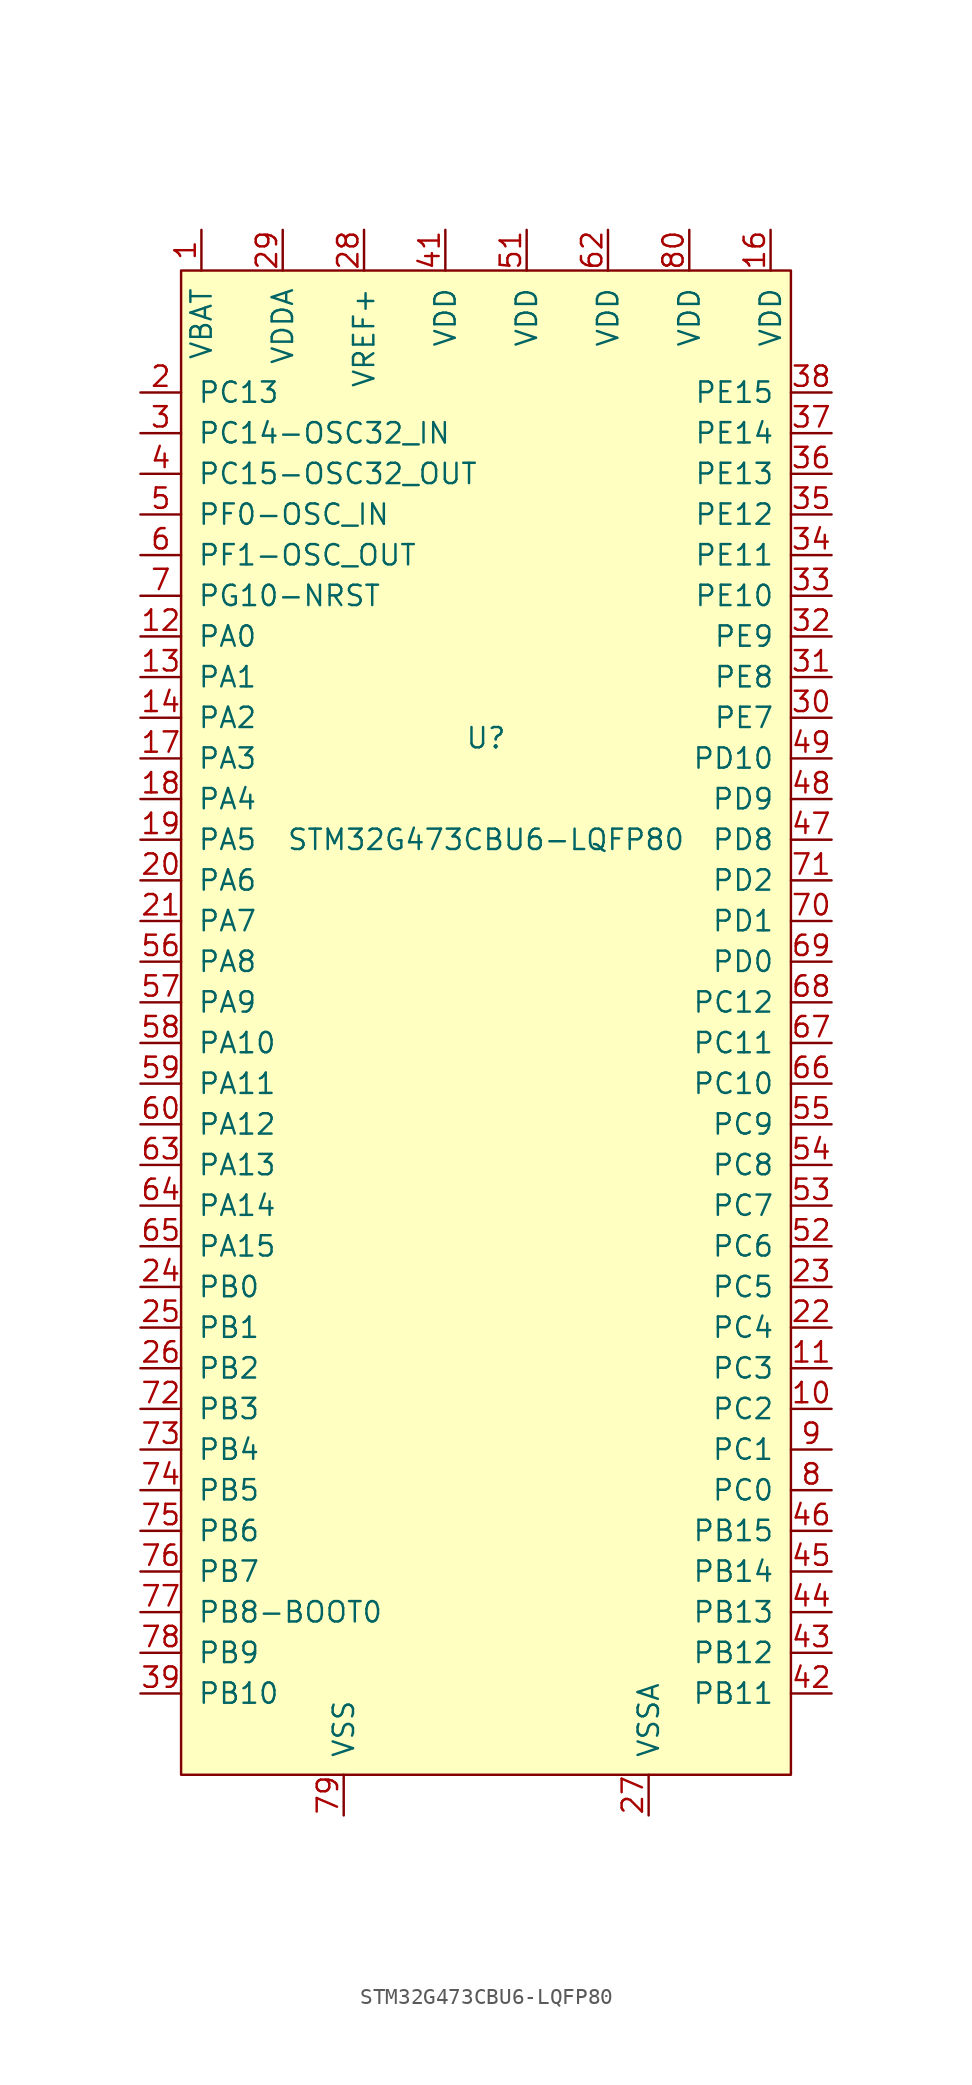
<source format=kicad_sym>
(kicad_symbol_lib
  (version 20220914)
  (generator kicad_symbol_editor)
  (symbol "STM32G473CBU6-LQFP80"
    (pin_names
      (offset 1.016))
    (property "Reference" "U"
      (at 0 5.08 0)
      (effects (font (size 1.27 1.27))))
    (property "Value" "STM32G473CBU6-LQFP80"
      (at 0 -1.27 0)
      (effects (font (size 1.27 1.27))))
    (symbol "STM32G473CBU6-LQFP80_0_1"
      (rectangle (start -19.05 34.29) (end 19.05 -59.69) (stroke (width 0) (type default)) (fill (type background))))
    (symbol "STM32G473CBU6-LQFP80_1_1"
      (pin power_in line (at -17.78 36.83 270) (length 2.54) (name "VBAT" (effects (font (size 1.27 1.27)))) (number "1" (effects (font (size 1.27 1.27)))))
      (pin bidirectional line (at 21.59 -36.83 180) (length 2.54) (name "PC2" (effects (font (size 1.27 1.27)))) (number "10" (effects (font (size 1.27 1.27)))))
      (pin bidirectional line (at 21.59 -34.29 180) (length 2.54) (name "PC3" (effects (font (size 1.27 1.27)))) (number "11" (effects (font (size 1.27 1.27)))))
      (pin bidirectional line (at -21.59 11.43 0) (length 2.54) (name "PA0" (effects (font (size 1.27 1.27)))) (number "12" (effects (font (size 1.27 1.27)))))
      (pin bidirectional line (at -21.59 8.89 0) (length 2.54) (name "PA1" (effects (font (size 1.27 1.27)))) (number "13" (effects (font (size 1.27 1.27)))))
      (pin bidirectional line (at -21.59 6.35 0) (length 2.54) (name "PA2" (effects (font (size 1.27 1.27)))) (number "14" (effects (font (size 1.27 1.27)))))
      (pin power_in line (at -8.89 -62.23 90) (length 2.54) hide (name "VSS" (effects (font (size 1.27 1.27)))) (number "15" (effects (font (size 1.27 1.27)))))
      (pin power_in line (at 17.78 36.83 270) (length 2.54) (name "VDD" (effects (font (size 1.27 1.27)))) (number "16" (effects (font (size 1.27 1.27)))))
      (pin bidirectional line (at -21.59 3.81 0) (length 2.54) (name "PA3" (effects (font (size 1.27 1.27)))) (number "17" (effects (font (size 1.27 1.27)))))
      (pin bidirectional line (at -21.59 1.27 0) (length 2.54) (name "PA4" (effects (font (size 1.27 1.27)))) (number "18" (effects (font (size 1.27 1.27)))))
      (pin bidirectional line (at -21.59 -1.27 0) (length 2.54) (name "PA5" (effects (font (size 1.27 1.27)))) (number "19" (effects (font (size 1.27 1.27)))))
      (pin bidirectional line (at -21.59 26.67 0) (length 2.54) (name "PC13" (effects (font (size 1.27 1.27)))) (number "2" (effects (font (size 1.27 1.27)))))
      (pin bidirectional line (at -21.59 -3.81 0) (length 2.54) (name "PA6" (effects (font (size 1.27 1.27)))) (number "20" (effects (font (size 1.27 1.27)))))
      (pin bidirectional line (at -21.59 -6.35 0) (length 2.54) (name "PA7" (effects (font (size 1.27 1.27)))) (number "21" (effects (font (size 1.27 1.27)))))
      (pin bidirectional line (at 21.59 -31.75 180) (length 2.54) (name "PC4" (effects (font (size 1.27 1.27)))) (number "22" (effects (font (size 1.27 1.27)))))
      (pin bidirectional line (at 21.59 -29.21 180) (length 2.54) (name "PC5" (effects (font (size 1.27 1.27)))) (number "23" (effects (font (size 1.27 1.27)))))
      (pin bidirectional line (at -21.59 -29.21 0) (length 2.54) (name "PB0" (effects (font (size 1.27 1.27)))) (number "24" (effects (font (size 1.27 1.27)))))
      (pin bidirectional line (at -21.59 -31.75 0) (length 2.54) (name "PB1" (effects (font (size 1.27 1.27)))) (number "25" (effects (font (size 1.27 1.27)))))
      (pin bidirectional line (at -21.59 -34.29 0) (length 2.54) (name "PB2" (effects (font (size 1.27 1.27)))) (number "26" (effects (font (size 1.27 1.27)))))
      (pin power_out line (at 10.16 -62.23 90) (length 2.54) (name "VSSA" (effects (font (size 1.27 1.27)))) (number "27" (effects (font (size 1.27 1.27)))))
      (pin power_in line (at -7.62 36.83 270) (length 2.54) (name "VREF+" (effects (font (size 1.27 1.27)))) (number "28" (effects (font (size 1.27 1.27)))))
      (pin power_in line (at -12.7 36.83 270) (length 2.54) (name "VDDA" (effects (font (size 1.27 1.27)))) (number "29" (effects (font (size 1.27 1.27)))))
      (pin bidirectional line (at -21.59 24.13 0) (length 2.54) (name "PC14-OSC32_IN" (effects (font (size 1.27 1.27)))) (number "3" (effects (font (size 1.27 1.27)))))
      (pin bidirectional line (at 21.59 6.35 180) (length 2.54) (name "PE7" (effects (font (size 1.27 1.27)))) (number "30" (effects (font (size 1.27 1.27)))))
      (pin bidirectional line (at 21.59 8.89 180) (length 2.54) (name "PE8" (effects (font (size 1.27 1.27)))) (number "31" (effects (font (size 1.27 1.27)))))
      (pin bidirectional line (at 21.59 11.43 180) (length 2.54) (name "PE9" (effects (font (size 1.27 1.27)))) (number "32" (effects (font (size 1.27 1.27)))))
      (pin bidirectional line (at 21.59 13.97 180) (length 2.54) (name "PE10" (effects (font (size 1.27 1.27)))) (number "33" (effects (font (size 1.27 1.27)))))
      (pin bidirectional line (at 21.59 16.51 180) (length 2.54) (name "PE11" (effects (font (size 1.27 1.27)))) (number "34" (effects (font (size 1.27 1.27)))))
      (pin bidirectional line (at 21.59 19.05 180) (length 2.54) (name "PE12" (effects (font (size 1.27 1.27)))) (number "35" (effects (font (size 1.27 1.27)))))
      (pin bidirectional line (at 21.59 21.59 180) (length 2.54) (name "PE13" (effects (font (size 1.27 1.27)))) (number "36" (effects (font (size 1.27 1.27)))))
      (pin bidirectional line (at 21.59 24.13 180) (length 2.54) (name "PE14" (effects (font (size 1.27 1.27)))) (number "37" (effects (font (size 1.27 1.27)))))
      (pin bidirectional line (at 21.59 26.67 180) (length 2.54) (name "PE15" (effects (font (size 1.27 1.27)))) (number "38" (effects (font (size 1.27 1.27)))))
      (pin bidirectional line (at -21.59 -54.61 0) (length 2.54) (name "PB10" (effects (font (size 1.27 1.27)))) (number "39" (effects (font (size 1.27 1.27)))))
      (pin bidirectional line (at -21.59 21.59 0) (length 2.54) (name "PC15-OSC32_OUT" (effects (font (size 1.27 1.27)))) (number "4" (effects (font (size 1.27 1.27)))))
      (pin power_in line (at -8.89 -62.23 90) (length 2.54) hide (name "VSS" (effects (font (size 1.27 1.27)))) (number "40" (effects (font (size 1.27 1.27)))))
      (pin power_in line (at -2.54 36.83 270) (length 2.54) (name "VDD" (effects (font (size 1.27 1.27)))) (number "41" (effects (font (size 1.27 1.27)))))
      (pin bidirectional line (at 21.59 -54.61 180) (length 2.54) (name "PB11" (effects (font (size 1.27 1.27)))) (number "42" (effects (font (size 1.27 1.27)))))
      (pin bidirectional line (at 21.59 -52.07 180) (length 2.54) (name "PB12" (effects (font (size 1.27 1.27)))) (number "43" (effects (font (size 1.27 1.27)))))
      (pin bidirectional line (at 21.59 -49.53 180) (length 2.54) (name "PB13" (effects (font (size 1.27 1.27)))) (number "44" (effects (font (size 1.27 1.27)))))
      (pin bidirectional line (at 21.59 -46.99 180) (length 2.54) (name "PB14" (effects (font (size 1.27 1.27)))) (number "45" (effects (font (size 1.27 1.27)))))
      (pin bidirectional line (at 21.59 -44.45 180) (length 2.54) (name "PB15" (effects (font (size 1.27 1.27)))) (number "46" (effects (font (size 1.27 1.27)))))
      (pin bidirectional line (at 21.59 -1.27 180) (length 2.54) (name "PD8" (effects (font (size 1.27 1.27)))) (number "47" (effects (font (size 1.27 1.27)))))
      (pin bidirectional line (at 21.59 1.27 180) (length 2.54) (name "PD9" (effects (font (size 1.27 1.27)))) (number "48" (effects (font (size 1.27 1.27)))))
      (pin bidirectional line (at 21.59 3.81 180) (length 2.54) (name "PD10" (effects (font (size 1.27 1.27)))) (number "49" (effects (font (size 1.27 1.27)))))
      (pin bidirectional line (at -21.59 19.05 0) (length 2.54) (name "PF0-OSC_IN" (effects (font (size 1.27 1.27)))) (number "5" (effects (font (size 1.27 1.27)))))
      (pin power_in line (at -8.89 -62.23 90) (length 2.54) hide (name "VSS" (effects (font (size 1.27 1.27)))) (number "50" (effects (font (size 1.27 1.27)))))
      (pin power_in line (at 2.54 36.83 270) (length 2.54) (name "VDD" (effects (font (size 1.27 1.27)))) (number "51" (effects (font (size 1.27 1.27)))))
      (pin bidirectional line (at 21.59 -26.67 180) (length 2.54) (name "PC6" (effects (font (size 1.27 1.27)))) (number "52" (effects (font (size 1.27 1.27)))))
      (pin bidirectional line (at 21.59 -24.13 180) (length 2.54) (name "PC7" (effects (font (size 1.27 1.27)))) (number "53" (effects (font (size 1.27 1.27)))))
      (pin bidirectional line (at 21.59 -21.59 180) (length 2.54) (name "PC8" (effects (font (size 1.27 1.27)))) (number "54" (effects (font (size 1.27 1.27)))))
      (pin bidirectional line (at 21.59 -19.05 180) (length 2.54) (name "PC9" (effects (font (size 1.27 1.27)))) (number "55" (effects (font (size 1.27 1.27)))))
      (pin bidirectional line (at -21.59 -8.89 0) (length 2.54) (name "PA8" (effects (font (size 1.27 1.27)))) (number "56" (effects (font (size 1.27 1.27)))))
      (pin bidirectional line (at -21.59 -11.43 0) (length 2.54) (name "PA9" (effects (font (size 1.27 1.27)))) (number "57" (effects (font (size 1.27 1.27)))))
      (pin bidirectional line (at -21.59 -13.97 0) (length 2.54) (name "PA10" (effects (font (size 1.27 1.27)))) (number "58" (effects (font (size 1.27 1.27)))))
      (pin bidirectional line (at -21.59 -16.51 0) (length 2.54) (name "PA11" (effects (font (size 1.27 1.27)))) (number "59" (effects (font (size 1.27 1.27)))))
      (pin bidirectional line (at -21.59 16.51 0) (length 2.54) (name "PF1-OSC_OUT" (effects (font (size 1.27 1.27)))) (number "6" (effects (font (size 1.27 1.27)))))
      (pin bidirectional line (at -21.59 -19.05 0) (length 2.54) (name "PA12" (effects (font (size 1.27 1.27)))) (number "60" (effects (font (size 1.27 1.27)))))
      (pin power_in line (at -8.89 -62.23 90) (length 2.54) hide (name "VSS" (effects (font (size 1.27 1.27)))) (number "61" (effects (font (size 1.27 1.27)))))
      (pin power_in line (at 7.62 36.83 270) (length 2.54) (name "VDD" (effects (font (size 1.27 1.27)))) (number "62" (effects (font (size 1.27 1.27)))))
      (pin bidirectional line (at -21.59 -21.59 0) (length 2.54) (name "PA13" (effects (font (size 1.27 1.27)))) (number "63" (effects (font (size 1.27 1.27)))))
      (pin bidirectional line (at -21.59 -24.13 0) (length 2.54) (name "PA14" (effects (font (size 1.27 1.27)))) (number "64" (effects (font (size 1.27 1.27)))))
      (pin bidirectional line (at -21.59 -26.67 0) (length 2.54) (name "PA15" (effects (font (size 1.27 1.27)))) (number "65" (effects (font (size 1.27 1.27)))))
      (pin bidirectional line (at 21.59 -16.51 180) (length 2.54) (name "PC10" (effects (font (size 1.27 1.27)))) (number "66" (effects (font (size 1.27 1.27)))))
      (pin bidirectional line (at 21.59 -13.97 180) (length 2.54) (name "PC11" (effects (font (size 1.27 1.27)))) (number "67" (effects (font (size 1.27 1.27)))))
      (pin bidirectional line (at 21.59 -11.43 180) (length 2.54) (name "PC12" (effects (font (size 1.27 1.27)))) (number "68" (effects (font (size 1.27 1.27)))))
      (pin bidirectional line (at 21.59 -8.89 180) (length 2.54) (name "PD0" (effects (font (size 1.27 1.27)))) (number "69" (effects (font (size 1.27 1.27)))))
      (pin bidirectional line (at -21.59 13.97 0) (length 2.54) (name "PG10-NRST" (effects (font (size 1.27 1.27)))) (number "7" (effects (font (size 1.27 1.27)))))
      (pin bidirectional line (at 21.59 -6.35 180) (length 2.54) (name "PD1" (effects (font (size 1.27 1.27)))) (number "70" (effects (font (size 1.27 1.27)))))
      (pin bidirectional line (at 21.59 -3.81 180) (length 2.54) (name "PD2" (effects (font (size 1.27 1.27)))) (number "71" (effects (font (size 1.27 1.27)))))
      (pin bidirectional line (at -21.59 -36.83 0) (length 2.54) (name "PB3" (effects (font (size 1.27 1.27)))) (number "72" (effects (font (size 1.27 1.27)))))
      (pin bidirectional line (at -21.59 -39.37 0) (length 2.54) (name "PB4" (effects (font (size 1.27 1.27)))) (number "73" (effects (font (size 1.27 1.27)))))
      (pin bidirectional line (at -21.59 -41.91 0) (length 2.54) (name "PB5" (effects (font (size 1.27 1.27)))) (number "74" (effects (font (size 1.27 1.27)))))
      (pin bidirectional line (at -21.59 -44.45 0) (length 2.54) (name "PB6" (effects (font (size 1.27 1.27)))) (number "75" (effects (font (size 1.27 1.27)))))
      (pin bidirectional line (at -21.59 -46.99 0) (length 2.54) (name "PB7" (effects (font (size 1.27 1.27)))) (number "76" (effects (font (size 1.27 1.27)))))
      (pin bidirectional line (at -21.59 -49.53 0) (length 2.54) (name "PB8-BOOT0" (effects (font (size 1.27 1.27)))) (number "77" (effects (font (size 1.27 1.27)))))
      (pin bidirectional line (at -21.59 -52.07 0) (length 2.54) (name "PB9" (effects (font (size 1.27 1.27)))) (number "78" (effects (font (size 1.27 1.27)))))
      (pin power_in line (at -8.89 -62.23 90) (length 2.54) (name "VSS" (effects (font (size 1.27 1.27)))) (number "79" (effects (font (size 1.27 1.27)))))
      (pin bidirectional line (at 21.59 -41.91 180) (length 2.54) (name "PC0" (effects (font (size 1.27 1.27)))) (number "8" (effects (font (size 1.27 1.27)))))
      (pin power_in line (at 12.7 36.83 270) (length 2.54) (name "VDD" (effects (font (size 1.27 1.27)))) (number "80" (effects (font (size 1.27 1.27)))))
      (pin bidirectional line (at 21.59 -39.37 180) (length 2.54) (name "PC1" (effects (font (size 1.27 1.27)))) (number "9" (effects (font (size 1.27 1.27))))))))
</source>
